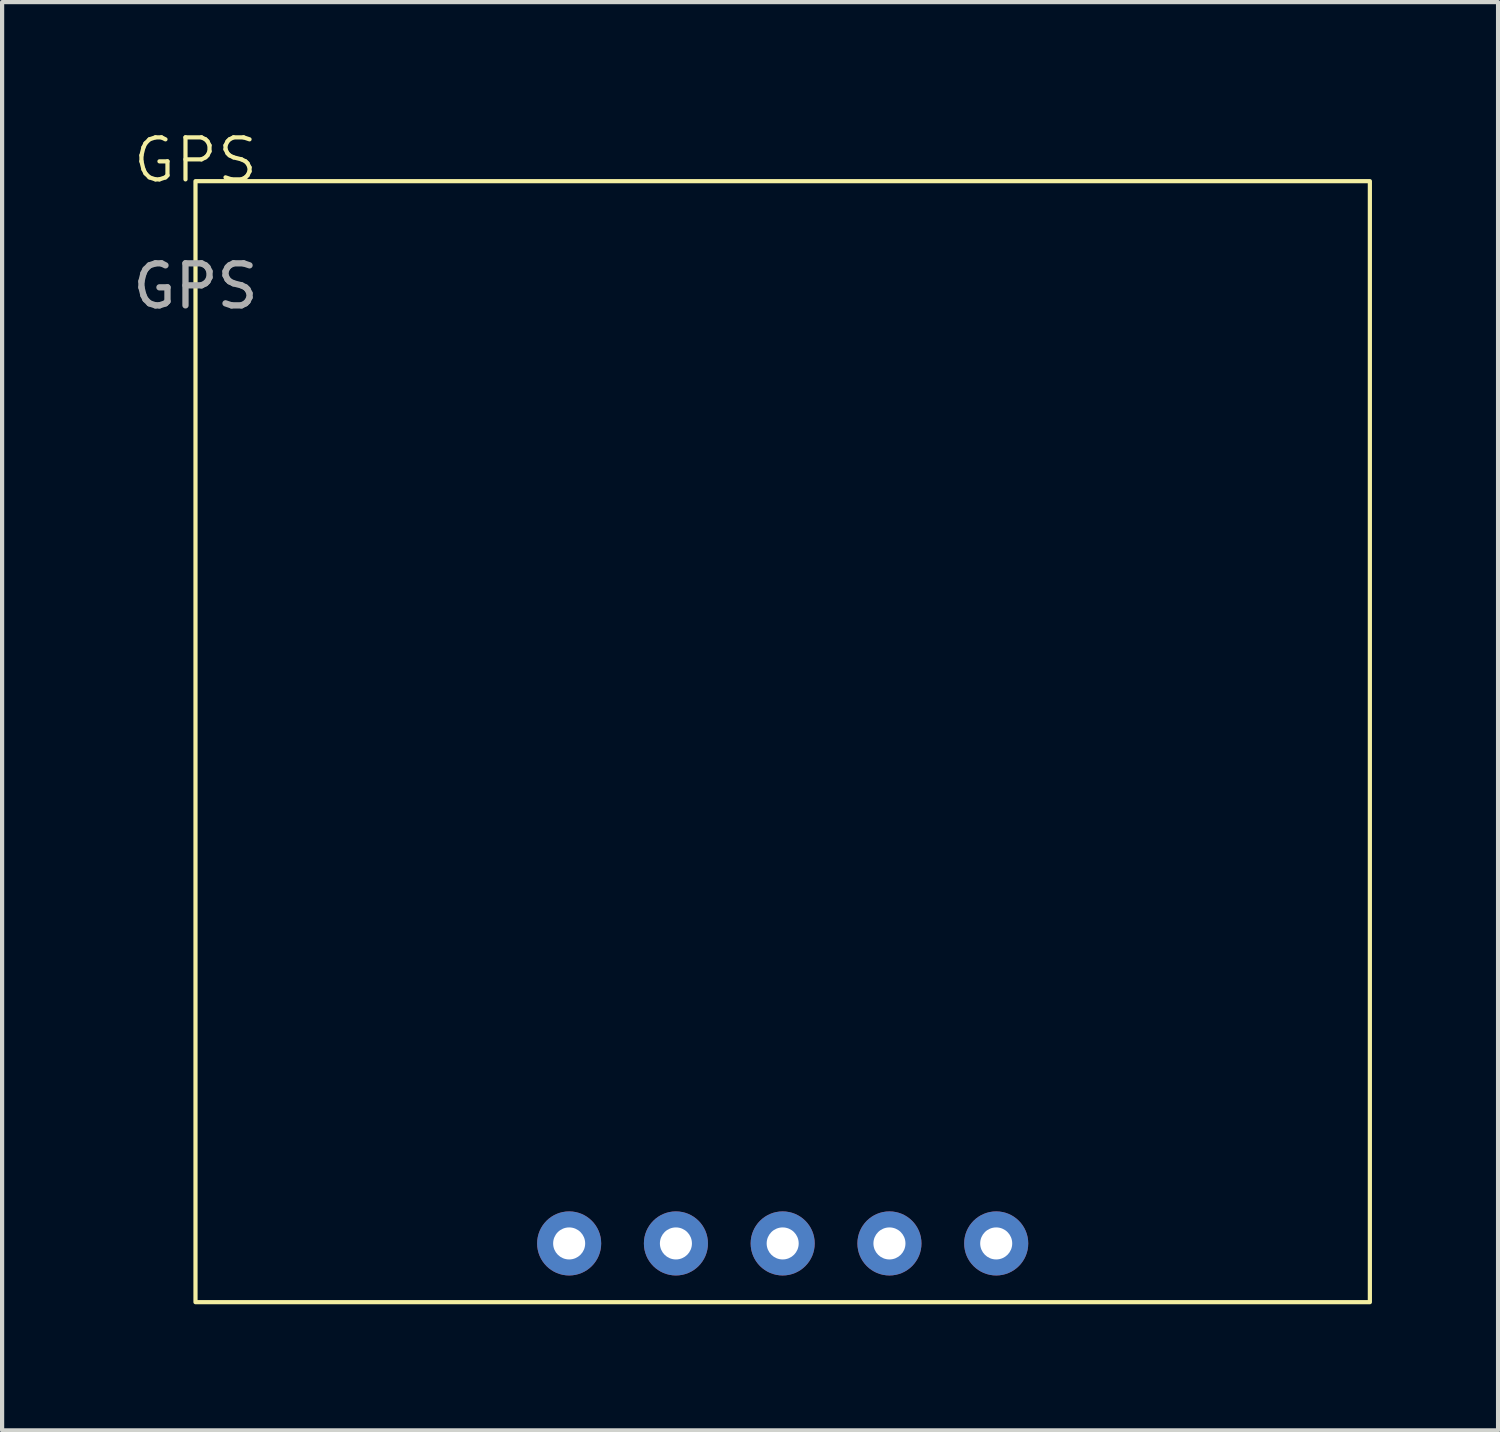
<source format=kicad_pcb>
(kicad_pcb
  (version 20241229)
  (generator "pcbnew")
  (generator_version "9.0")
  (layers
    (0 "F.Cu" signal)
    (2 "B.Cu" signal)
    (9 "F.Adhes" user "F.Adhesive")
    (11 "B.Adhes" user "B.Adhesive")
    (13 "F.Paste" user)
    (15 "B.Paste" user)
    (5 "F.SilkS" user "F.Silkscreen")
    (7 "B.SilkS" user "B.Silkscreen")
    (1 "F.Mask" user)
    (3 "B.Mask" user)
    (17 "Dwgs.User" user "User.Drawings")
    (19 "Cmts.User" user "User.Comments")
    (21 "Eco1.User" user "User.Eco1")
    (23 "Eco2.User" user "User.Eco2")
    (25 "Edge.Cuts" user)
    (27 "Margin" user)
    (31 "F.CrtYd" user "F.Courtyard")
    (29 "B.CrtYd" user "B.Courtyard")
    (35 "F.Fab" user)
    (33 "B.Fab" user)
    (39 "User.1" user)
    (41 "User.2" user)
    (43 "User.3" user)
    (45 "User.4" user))
  (footprint "GPS"
    (layer "F.Cu")
    (at 1.601 1.26)
    (property "Reference" "GPS" (at 0 -0.5 0) (unlocked yes) (layer "F.SilkS") (effects (font (size 1 1) (thickness 0.1))))
    (attr through_hole)
    (fp_rect (start 0 0) (end 27.94 26.67) (stroke (width 0.1) (type default)) (fill no) (layer "F.SilkS"))
    (fp_text user "${REFERENCE}" (at 0 2.5 0) (unlocked yes) (layer "F.Fab") (effects (font (size 1 1) (thickness 0.15))))
    (pad "1" thru_hole circle (at 8.89 25.273) (size 1.524 1.524) (drill 0.762) (layers "*.Cu" "*.Mask"))
    (pad "2" thru_hole circle (at 11.43 25.273) (size 1.524 1.524) (drill 0.762) (layers "*.Cu" "*.Mask"))
    (pad "3" thru_hole circle (at 13.97 25.273) (size 1.524 1.524) (drill 0.762) (layers "*.Cu" "*.Mask"))
    (pad "4" thru_hole circle (at 16.51 25.273) (size 1.524 1.524) (drill 0.762) (layers "*.Cu" "*.Mask"))
    (pad "5" thru_hole circle (at 19.05 25.273) (size 1.524 1.524) (drill 0.762) (layers "*.Cu" "*.Mask")))
  (gr_rect
    (start -3 -3)
    (end 32.591 30.98)
    (stroke (width 0.1) (type default))
    (fill no)
    (layer "Edge.Cuts")))
</source>
